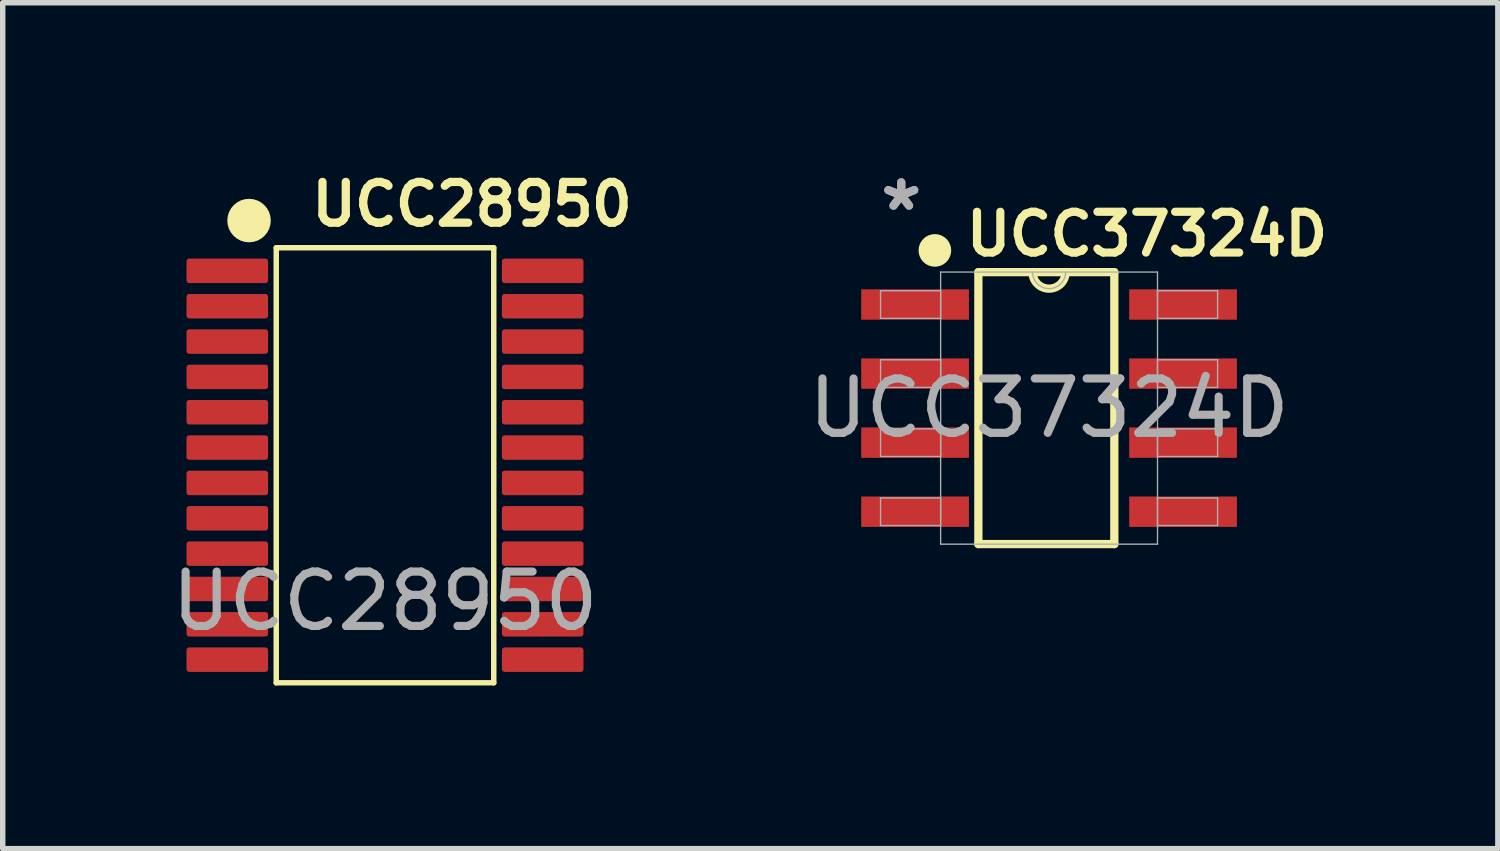
<source format=kicad_pcb>
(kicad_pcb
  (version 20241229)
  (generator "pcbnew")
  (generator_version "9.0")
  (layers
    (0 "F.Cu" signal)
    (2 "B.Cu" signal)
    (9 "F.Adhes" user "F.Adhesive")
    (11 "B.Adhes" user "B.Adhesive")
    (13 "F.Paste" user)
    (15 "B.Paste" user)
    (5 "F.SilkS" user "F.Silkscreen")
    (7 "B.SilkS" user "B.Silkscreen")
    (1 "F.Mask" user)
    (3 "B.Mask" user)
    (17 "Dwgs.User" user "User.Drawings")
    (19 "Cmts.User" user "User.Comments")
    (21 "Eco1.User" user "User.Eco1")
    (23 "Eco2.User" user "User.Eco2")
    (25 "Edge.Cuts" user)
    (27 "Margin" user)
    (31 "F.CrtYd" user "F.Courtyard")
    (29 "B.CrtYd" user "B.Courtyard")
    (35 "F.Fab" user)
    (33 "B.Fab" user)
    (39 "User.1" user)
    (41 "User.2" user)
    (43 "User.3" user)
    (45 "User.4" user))
  (footprint "UCC37324D"
    (layer "F.Cu")
    (at 16.242 4.455)
    (property "Reference" "UCC37324D" (at 1.8 -3.2 0) (unlocked yes) (layer "F.SilkS") (effects (font (size 0.75 0.75) (thickness 0.15))))
    (attr smd)
    (fp_line (start -1.3 2.5) (end -1.3 -2.5) (stroke (width 0.152) (type default)) (layer "F.SilkS"))
    (fp_line (start -1.3 2.5) (end 1.2 2.5) (stroke (width 0.152) (type solid)) (layer "F.SilkS"))
    (fp_line (start 1.2 -2.5) (end -1.3 -2.5) (stroke (width 0.152) (type solid)) (layer "F.SilkS"))
    (fp_line (start 1.2 2.5) (end 1.2 -2.5) (stroke (width 0.152) (type default)) (layer "F.SilkS"))
    (fp_arc (start 0.3048 -2.5019) (mid 0 -2.1971) (end -0.3048 -2.5019) (stroke (width 0.1524) (type solid)) (layer "F.SilkS"))
    (fp_circle (center -2.1 -2.9) (end -1.95 -2.9) (stroke (width 0.3) (type default)) (fill no) (layer "F.SilkS"))
    (fp_line (start -3.099 -2.159) (end -3.099 -1.651) (stroke (width 0.025) (type solid)) (layer "F.Fab"))
    (fp_line (start -3.099 -1.651) (end -1.994 -1.651) (stroke (width 0.025) (type solid)) (layer "F.Fab"))
    (fp_line (start -3.099 -0.889) (end -3.099 -0.381) (stroke (width 0.025) (type solid)) (layer "F.Fab"))
    (fp_line (start -3.099 -0.381) (end -1.994 -0.381) (stroke (width 0.025) (type solid)) (layer "F.Fab"))
    (fp_line (start -3.099 0.381) (end -3.099 0.889) (stroke (width 0.025) (type solid)) (layer "F.Fab"))
    (fp_line (start -3.099 0.889) (end -1.994 0.889) (stroke (width 0.025) (type solid)) (layer "F.Fab"))
    (fp_line (start -3.099 1.651) (end -3.099 2.159) (stroke (width 0.025) (type solid)) (layer "F.Fab"))
    (fp_line (start -3.099 2.159) (end -1.994 2.159) (stroke (width 0.025) (type solid)) (layer "F.Fab"))
    (fp_line (start -1.994 -2.502) (end -1.994 2.502) (stroke (width 0.025) (type solid)) (layer "F.Fab"))
    (fp_line (start -1.994 -2.159) (end -3.099 -2.159) (stroke (width 0.025) (type solid)) (layer "F.Fab"))
    (fp_line (start -1.994 -1.651) (end -1.994 -2.159) (stroke (width 0.025) (type solid)) (layer "F.Fab"))
    (fp_line (start -1.994 -0.889) (end -3.099 -0.889) (stroke (width 0.025) (type solid)) (layer "F.Fab"))
    (fp_line (start -1.994 -0.381) (end -1.994 -0.889) (stroke (width 0.025) (type solid)) (layer "F.Fab"))
    (fp_line (start -1.994 0.381) (end -3.099 0.381) (stroke (width 0.025) (type solid)) (layer "F.Fab"))
    (fp_line (start -1.994 0.889) (end -1.994 0.381) (stroke (width 0.025) (type solid)) (layer "F.Fab"))
    (fp_line (start -1.994 1.651) (end -3.099 1.651) (stroke (width 0.025) (type solid)) (layer "F.Fab"))
    (fp_line (start -1.994 2.159) (end -1.994 1.651) (stroke (width 0.025) (type solid)) (layer "F.Fab"))
    (fp_line (start -1.994 2.502) (end 1.994 2.502) (stroke (width 0.025) (type solid)) (layer "F.Fab"))
    (fp_line (start 1.994 -2.502) (end -1.994 -2.502) (stroke (width 0.025) (type solid)) (layer "F.Fab"))
    (fp_line (start 1.994 -2.159) (end 1.994 -1.651) (stroke (width 0.025) (type solid)) (layer "F.Fab"))
    (fp_line (start 1.994 -1.651) (end 3.099 -1.651) (stroke (width 0.025) (type solid)) (layer "F.Fab"))
    (fp_line (start 1.994 -0.889) (end 1.994 -0.381) (stroke (width 0.025) (type solid)) (layer "F.Fab"))
    (fp_line (start 1.994 -0.381) (end 3.099 -0.381) (stroke (width 0.025) (type solid)) (layer "F.Fab"))
    (fp_line (start 1.994 0.381) (end 1.994 0.889) (stroke (width 0.025) (type solid)) (layer "F.Fab"))
    (fp_line (start 1.994 0.889) (end 3.099 0.889) (stroke (width 0.025) (type solid)) (layer "F.Fab"))
    (fp_line (start 1.994 1.651) (end 1.994 2.159) (stroke (width 0.025) (type solid)) (layer "F.Fab"))
    (fp_line (start 1.994 2.159) (end 3.099 2.159) (stroke (width 0.025) (type solid)) (layer "F.Fab"))
    (fp_line (start 1.994 2.502) (end 1.994 -2.502) (stroke (width 0.025) (type solid)) (layer "F.Fab"))
    (fp_line (start 3.099 -2.159) (end 1.994 -2.159) (stroke (width 0.025) (type solid)) (layer "F.Fab"))
    (fp_line (start 3.099 -1.651) (end 3.099 -2.159) (stroke (width 0.025) (type solid)) (layer "F.Fab"))
    (fp_line (start 3.099 -0.889) (end 1.994 -0.889) (stroke (width 0.025) (type solid)) (layer "F.Fab"))
    (fp_line (start 3.099 -0.381) (end 3.099 -0.889) (stroke (width 0.025) (type solid)) (layer "F.Fab"))
    (fp_line (start 3.099 0.381) (end 1.994 0.381) (stroke (width 0.025) (type solid)) (layer "F.Fab"))
    (fp_line (start 3.099 0.889) (end 3.099 0.381) (stroke (width 0.025) (type solid)) (layer "F.Fab"))
    (fp_line (start 3.099 1.651) (end 1.994 1.651) (stroke (width 0.025) (type solid)) (layer "F.Fab"))
    (fp_line (start 3.099 2.159) (end 3.099 1.651) (stroke (width 0.025) (type solid)) (layer "F.Fab"))
    (fp_arc (start 0.3048 -2.5019) (mid 0 -2.1971) (end -0.3048 -2.5019) (stroke (width 0.0254) (type solid)) (layer "F.Fab"))
    (fp_text user "*" (at -2.718 -3.607 0) (unlocked yes) (layer "F.Fab") (effects (font (size 1 1) (thickness 0.15))))
    (fp_text user "${REFERENCE}" (at 0 0 0) (unlocked yes) (layer "F.Fab") (effects (font (size 1 1) (thickness 0.15))))
    (fp_text user "*" (at -2.718 -3.607 0) (layer "F.Fab") (effects (font (size 1 1) (thickness 0.15))))
    (pad "1" smd rect (at -2.464 -1.905) (size 1.981 0.559) (layers "F.Cu" "F.Mask" "F.Paste"))
    (pad "2" smd rect (at -2.464 -0.635) (size 1.981 0.559) (layers "F.Cu" "F.Mask" "F.Paste"))
    (pad "3" smd rect (at -2.464 0.635) (size 1.981 0.559) (layers "F.Cu" "F.Mask" "F.Paste"))
    (pad "4" smd rect (at -2.464 1.905) (size 1.981 0.559) (layers "F.Cu" "F.Mask" "F.Paste"))
    (pad "5" smd rect (at 2.464 1.905) (size 1.981 0.559) (layers "F.Cu" "F.Mask" "F.Paste"))
    (pad "6" smd rect (at 2.464 0.635) (size 1.981 0.559) (layers "F.Cu" "F.Mask" "F.Paste"))
    (pad "7" smd rect (at 2.464 -0.635) (size 1.981 0.559) (layers "F.Cu" "F.Mask" "F.Paste"))
    (pad "8" smd rect (at 2.464 -1.905) (size 1.981 0.559) (layers "F.Cu" "F.Mask" "F.Paste")))
  (footprint "UCC28950"
    (layer "F.Cu")
    (at 4.03 5.506)
    (property "Reference" "UCC28950" (at 1.6 -4.8 0) (unlocked yes) (layer "F.SilkS") (effects (font (size 0.75 0.75) (thickness 0.152) (bold yes))))
    (attr smd)
    (fp_line (start -2 -4) (end 2 -4) (stroke (width 0.1) (type default)) (layer "F.SilkS"))
    (fp_line (start -2 4) (end -2 -4) (stroke (width 0.1) (type default)) (layer "F.SilkS"))
    (fp_line (start 2 -4) (end 2 4) (stroke (width 0.1) (type default)) (layer "F.SilkS"))
    (fp_line (start 2 4) (end -2 4) (stroke (width 0.1) (type default)) (layer "F.SilkS"))
    (fp_circle (center -2.5 -4.5) (end -2.3 -4.5) (stroke (width 0.4) (type default)) (fill no) (layer "F.SilkS"))
    (fp_text user "${REFERENCE}" (at 0 2.5 0) (unlocked yes) (layer "F.Fab") (effects (font (size 1 1) (thickness 0.15))))
    (pad "1" smd roundrect (at -2.9 -3.575) (size 1.5 0.45) (layers "F.Cu" "F.Mask" "F.Paste") (roundrect_rratio 0.111))
    (pad "2" smd roundrect (at -2.9 -2.925) (size 1.5 0.45) (layers "F.Cu" "F.Mask" "F.Paste") (roundrect_rratio 0.111))
    (pad "3" smd roundrect (at -2.9 -2.275) (size 1.5 0.45) (layers "F.Cu" "F.Mask" "F.Paste") (roundrect_rratio 0.111))
    (pad "4" smd roundrect (at -2.9 -1.625) (size 1.5 0.45) (layers "F.Cu" "F.Mask" "F.Paste") (roundrect_rratio 0.111))
    (pad "5" smd roundrect (at -2.9 -0.975) (size 1.5 0.45) (layers "F.Cu" "F.Mask" "F.Paste") (roundrect_rratio 0.111))
    (pad "6" smd roundrect (at -2.9 -0.325) (size 1.5 0.45) (layers "F.Cu" "F.Mask" "F.Paste") (roundrect_rratio 0.111))
    (pad "7" smd roundrect (at -2.9 0.325) (size 1.5 0.45) (layers "F.Cu" "F.Mask" "F.Paste") (roundrect_rratio 0.111))
    (pad "8" smd roundrect (at -2.9 0.975) (size 1.5 0.45) (layers "F.Cu" "F.Mask" "F.Paste") (roundrect_rratio 0.111))
    (pad "9" smd roundrect (at -2.9 1.625) (size 1.5 0.45) (layers "F.Cu" "F.Mask" "F.Paste") (roundrect_rratio 0.111))
    (pad "10" smd roundrect (at -2.9 2.275) (size 1.5 0.45) (layers "F.Cu" "F.Mask" "F.Paste") (roundrect_rratio 0.111))
    (pad "11" smd roundrect (at -2.9 2.925) (size 1.5 0.45) (layers "F.Cu" "F.Mask" "F.Paste") (roundrect_rratio 0.111))
    (pad "12" smd roundrect (at -2.9 3.575) (size 1.5 0.45) (layers "F.Cu" "F.Mask" "F.Paste") (roundrect_rratio 0.111))
    (pad "13" smd roundrect (at 2.9 3.575) (size 1.5 0.45) (layers "F.Cu" "F.Mask" "F.Paste") (roundrect_rratio 0.111))
    (pad "14" smd roundrect (at 2.9 2.925) (size 1.5 0.45) (layers "F.Cu" "F.Mask" "F.Paste") (roundrect_rratio 0.111))
    (pad "15" smd roundrect (at 2.9 2.275) (size 1.5 0.45) (layers "F.Cu" "F.Mask" "F.Paste") (roundrect_rratio 0.111))
    (pad "16" smd roundrect (at 2.9 1.625) (size 1.5 0.45) (layers "F.Cu" "F.Mask" "F.Paste") (roundrect_rratio 0.111))
    (pad "17" smd roundrect (at 2.9 0.975) (size 1.5 0.45) (layers "F.Cu" "F.Mask" "F.Paste") (roundrect_rratio 0.111))
    (pad "18" smd roundrect (at 2.9 0.325) (size 1.5 0.45) (layers "F.Cu" "F.Mask" "F.Paste") (roundrect_rratio 0.111))
    (pad "19" smd roundrect (at 2.9 -0.325) (size 1.5 0.45) (layers "F.Cu" "F.Mask" "F.Paste") (roundrect_rratio 0.111))
    (pad "20" smd roundrect (at 2.9 -0.975) (size 1.5 0.45) (layers "F.Cu" "F.Mask" "F.Paste") (roundrect_rratio 0.111))
    (pad "21" smd roundrect (at 2.9 -1.625) (size 1.5 0.45) (layers "F.Cu" "F.Mask" "F.Paste") (roundrect_rratio 0.111))
    (pad "22" smd roundrect (at 2.9 -2.275) (size 1.5 0.45) (layers "F.Cu" "F.Mask" "F.Paste") (roundrect_rratio 0.111))
    (pad "23" smd roundrect (at 2.9 -2.925) (size 1.5 0.45) (layers "F.Cu" "F.Mask" "F.Paste") (roundrect_rratio 0.111))
    (pad "24" smd roundrect (at 2.9 -3.575) (size 1.5 0.45) (layers "F.Cu" "F.Mask" "F.Paste") (roundrect_rratio 0.111)))
  (gr_rect
    (start -3 -3)
    (end 24.495 12.556)
    (stroke (width 0.1) (type default))
    (fill no)
    (layer "Edge.Cuts")))
</source>
